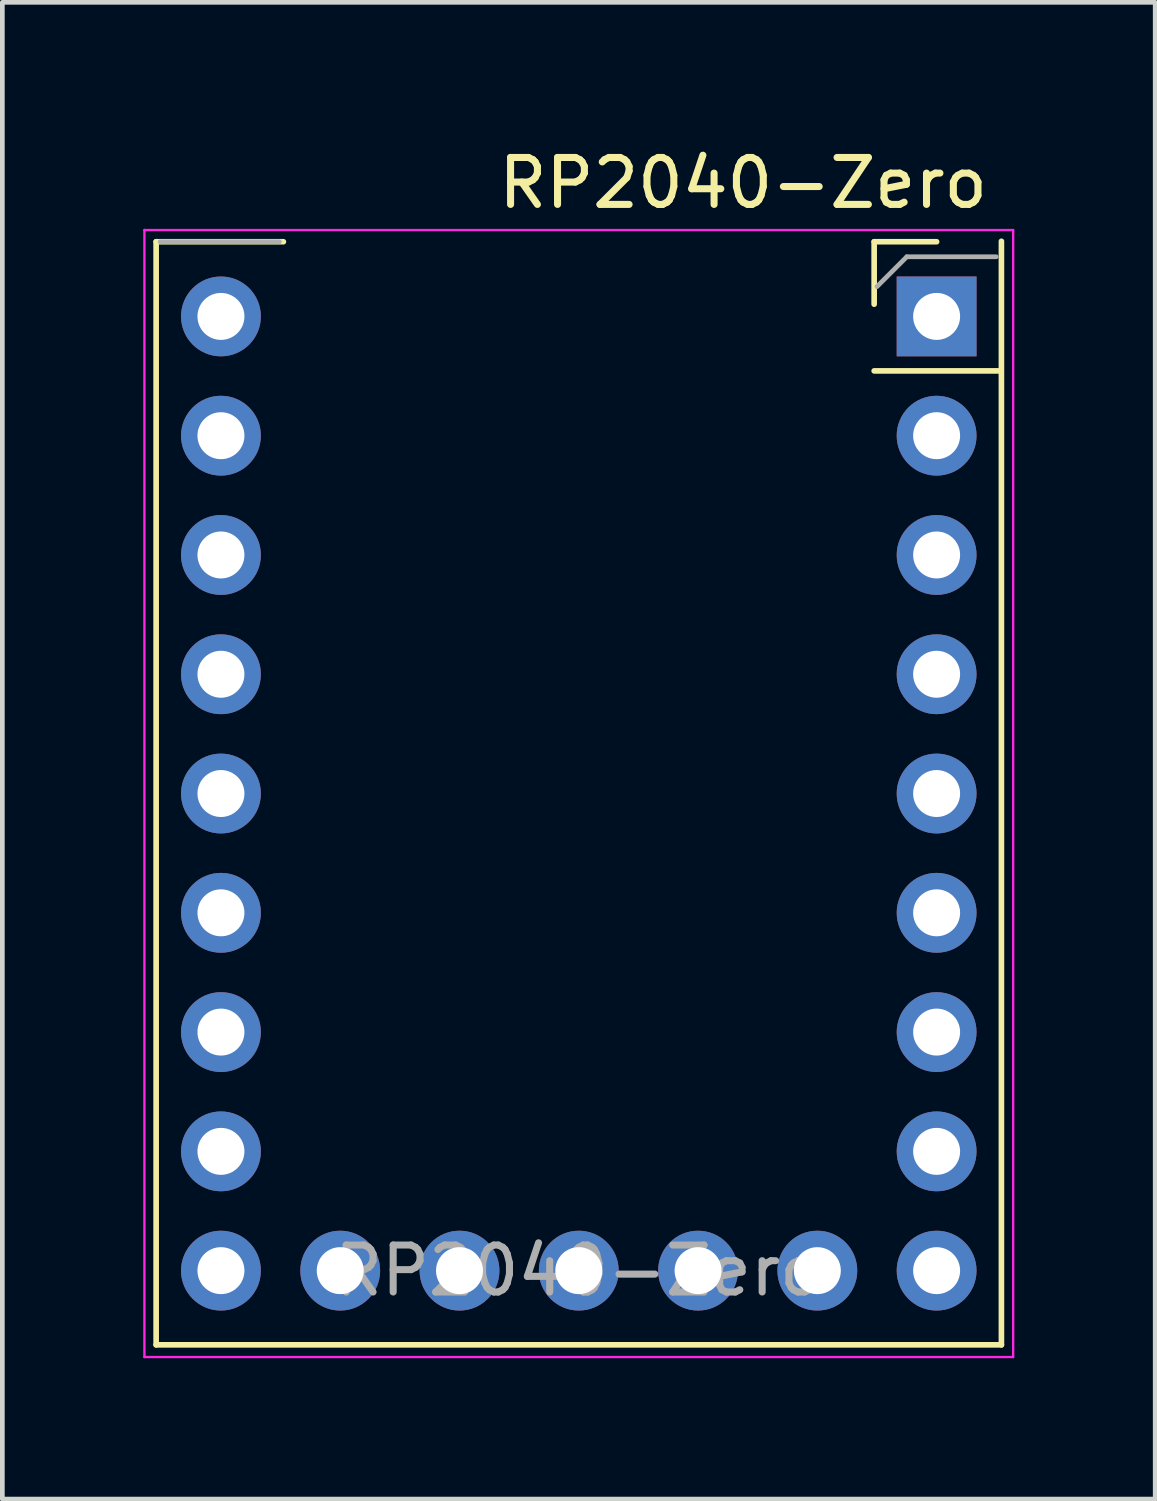
<source format=kicad_pcb>
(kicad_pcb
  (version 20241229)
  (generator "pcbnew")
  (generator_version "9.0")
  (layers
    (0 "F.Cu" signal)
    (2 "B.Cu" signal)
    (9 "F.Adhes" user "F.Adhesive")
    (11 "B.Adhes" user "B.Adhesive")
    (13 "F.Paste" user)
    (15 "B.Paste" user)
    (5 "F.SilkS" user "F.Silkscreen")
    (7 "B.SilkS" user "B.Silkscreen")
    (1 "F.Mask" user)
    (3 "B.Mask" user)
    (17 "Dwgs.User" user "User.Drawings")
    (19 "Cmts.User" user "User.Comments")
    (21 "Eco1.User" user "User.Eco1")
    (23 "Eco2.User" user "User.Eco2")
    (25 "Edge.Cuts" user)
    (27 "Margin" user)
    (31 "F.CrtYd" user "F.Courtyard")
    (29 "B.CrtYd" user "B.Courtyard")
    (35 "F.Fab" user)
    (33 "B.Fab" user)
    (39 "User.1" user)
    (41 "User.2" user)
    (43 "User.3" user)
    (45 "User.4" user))
  (footprint "RP2040-Zero"
    (layer "F.Cu")
    (at 9.275 13.848)
    (property "Reference" "RP2040-Zero" (at 3.5 -13 0) (layer "F.SilkS") (effects (font (size 1 1) (thickness 0.15))))
    (attr through_hole)
    (fp_line (start -9 -11.75) (end -9 11.74) (stroke (width 0.12) (type solid)) (layer "F.SilkS"))
    (fp_line (start -9 11.74) (end 9 11.74) (stroke (width 0.12) (type solid)) (layer "F.SilkS"))
    (fp_line (start -6.29 -11.75) (end -9 -11.75) (stroke (width 0.12) (type solid)) (layer "F.SilkS"))
    (fp_line (start 6.29 -11.75) (end 7.62 -11.75) (stroke (width 0.12) (type solid)) (layer "F.SilkS"))
    (fp_line (start 6.29 -10.42) (end 6.29 -11.75) (stroke (width 0.12) (type solid)) (layer "F.SilkS"))
    (fp_line (start 6.29 -9) (end 8.95 -9) (stroke (width 0.12) (type solid)) (layer "F.SilkS"))
    (fp_line (start 9 -11.76) (end 9 11.74) (stroke (width 0.12) (type solid)) (layer "F.SilkS"))
    (fp_line (start -9.25 -12) (end -9.25 12) (stroke (width 0.05) (type solid)) (layer "F.CrtYd"))
    (fp_line (start -9.25 12) (end 9.25 12) (stroke (width 0.05) (type solid)) (layer "F.CrtYd"))
    (fp_line (start 9.25 -12) (end -9.25 -12) (stroke (width 0.05) (type solid)) (layer "F.CrtYd"))
    (fp_line (start 9.25 12) (end 9.25 -12) (stroke (width 0.05) (type solid)) (layer "F.CrtYd"))
    (fp_line (start -8.915 -11.75) (end -6.375 -11.75) (stroke (width 0.1) (type solid)) (layer "F.Fab"))
    (fp_line (start 6.35 -10.795) (end 6.985 -11.43) (stroke (width 0.1) (type solid)) (layer "F.Fab"))
    (fp_line (start 6.985 -11.43) (end 8.89 -11.43) (stroke (width 0.1) (type solid)) (layer "F.Fab"))
    (fp_text user "${REFERENCE}" (at 0 10.16 0) (layer "F.Fab") (effects (font (size 1 1) (thickness 0.15))))
    (pad "1" thru_hole rect (at 7.62 -10.16) (size 1.7 1.7) (drill 1) (layers "*.Cu" "*.Mask"))
    (pad "2" thru_hole oval (at 7.62 -7.62) (size 1.7 1.7) (drill 1) (layers "*.Cu" "*.Mask"))
    (pad "3" thru_hole oval (at 7.62 -5.08) (size 1.7 1.7) (drill 1) (layers "*.Cu" "*.Mask"))
    (pad "4" thru_hole oval (at 7.62 -2.54) (size 1.7 1.7) (drill 1) (layers "*.Cu" "*.Mask"))
    (pad "5" thru_hole oval (at 7.62 0) (size 1.7 1.7) (drill 1) (layers "*.Cu" "*.Mask"))
    (pad "6" thru_hole oval (at 7.62 2.54) (size 1.7 1.7) (drill 1) (layers "*.Cu" "*.Mask"))
    (pad "7" thru_hole oval (at 7.62 5.08) (size 1.7 1.7) (drill 1) (layers "*.Cu" "*.Mask"))
    (pad "8" thru_hole oval (at 7.62 7.62) (size 1.7 1.7) (drill 1) (layers "*.Cu" "*.Mask"))
    (pad "9" thru_hole oval (at 7.62 10.16) (size 1.7 1.7) (drill 1) (layers "*.Cu" "*.Mask"))
    (pad "10" thru_hole oval (at 5.08 10.16 270) (size 1.7 1.7) (drill 1) (layers "*.Cu" "*.Mask"))
    (pad "11" thru_hole oval (at 2.54 10.16 270) (size 1.7 1.7) (drill 1) (layers "*.Cu" "*.Mask"))
    (pad "12" thru_hole oval (at 0 10.16 270) (size 1.7 1.7) (drill 1) (layers "*.Cu" "*.Mask"))
    (pad "13" thru_hole oval (at -2.54 10.16 270) (size 1.7 1.7) (drill 1) (layers "*.Cu" "*.Mask"))
    (pad "14" thru_hole oval (at -5.08 10.16 270) (size 1.7 1.7) (drill 1) (layers "*.Cu" "*.Mask"))
    (pad "15" thru_hole oval (at -7.62 10.16 180) (size 1.7 1.7) (drill 1) (layers "*.Cu" "*.Mask"))
    (pad "16" thru_hole oval (at -7.62 7.62 180) (size 1.7 1.7) (drill 1) (layers "*.Cu" "*.Mask"))
    (pad "17" thru_hole oval (at -7.62 5.08 180) (size 1.7 1.7) (drill 1) (layers "*.Cu" "*.Mask"))
    (pad "18" thru_hole oval (at -7.62 2.54 180) (size 1.7 1.7) (drill 1) (layers "*.Cu" "*.Mask"))
    (pad "19" thru_hole oval (at -7.62 0 180) (size 1.7 1.7) (drill 1) (layers "*.Cu" "*.Mask"))
    (pad "20" thru_hole oval (at -7.62 -2.54 180) (size 1.7 1.7) (drill 1) (layers "*.Cu" "*.Mask"))
    (pad "21" thru_hole oval (at -7.62 -5.08 180) (size 1.7 1.7) (drill 1) (layers "*.Cu" "*.Mask"))
    (pad "22" thru_hole oval (at -7.62 -7.62 180) (size 1.7 1.7) (drill 1) (layers "*.Cu" "*.Mask"))
    (pad "23" thru_hole oval (at -7.62 -10.16 180) (size 1.7 1.7) (drill 1) (layers "*.Cu" "*.Mask")))
  (gr_rect
    (start -3 -3)
    (end 21.55 28.873)
    (stroke (width 0.1) (type default))
    (fill no)
    (layer "Edge.Cuts")))
</source>
